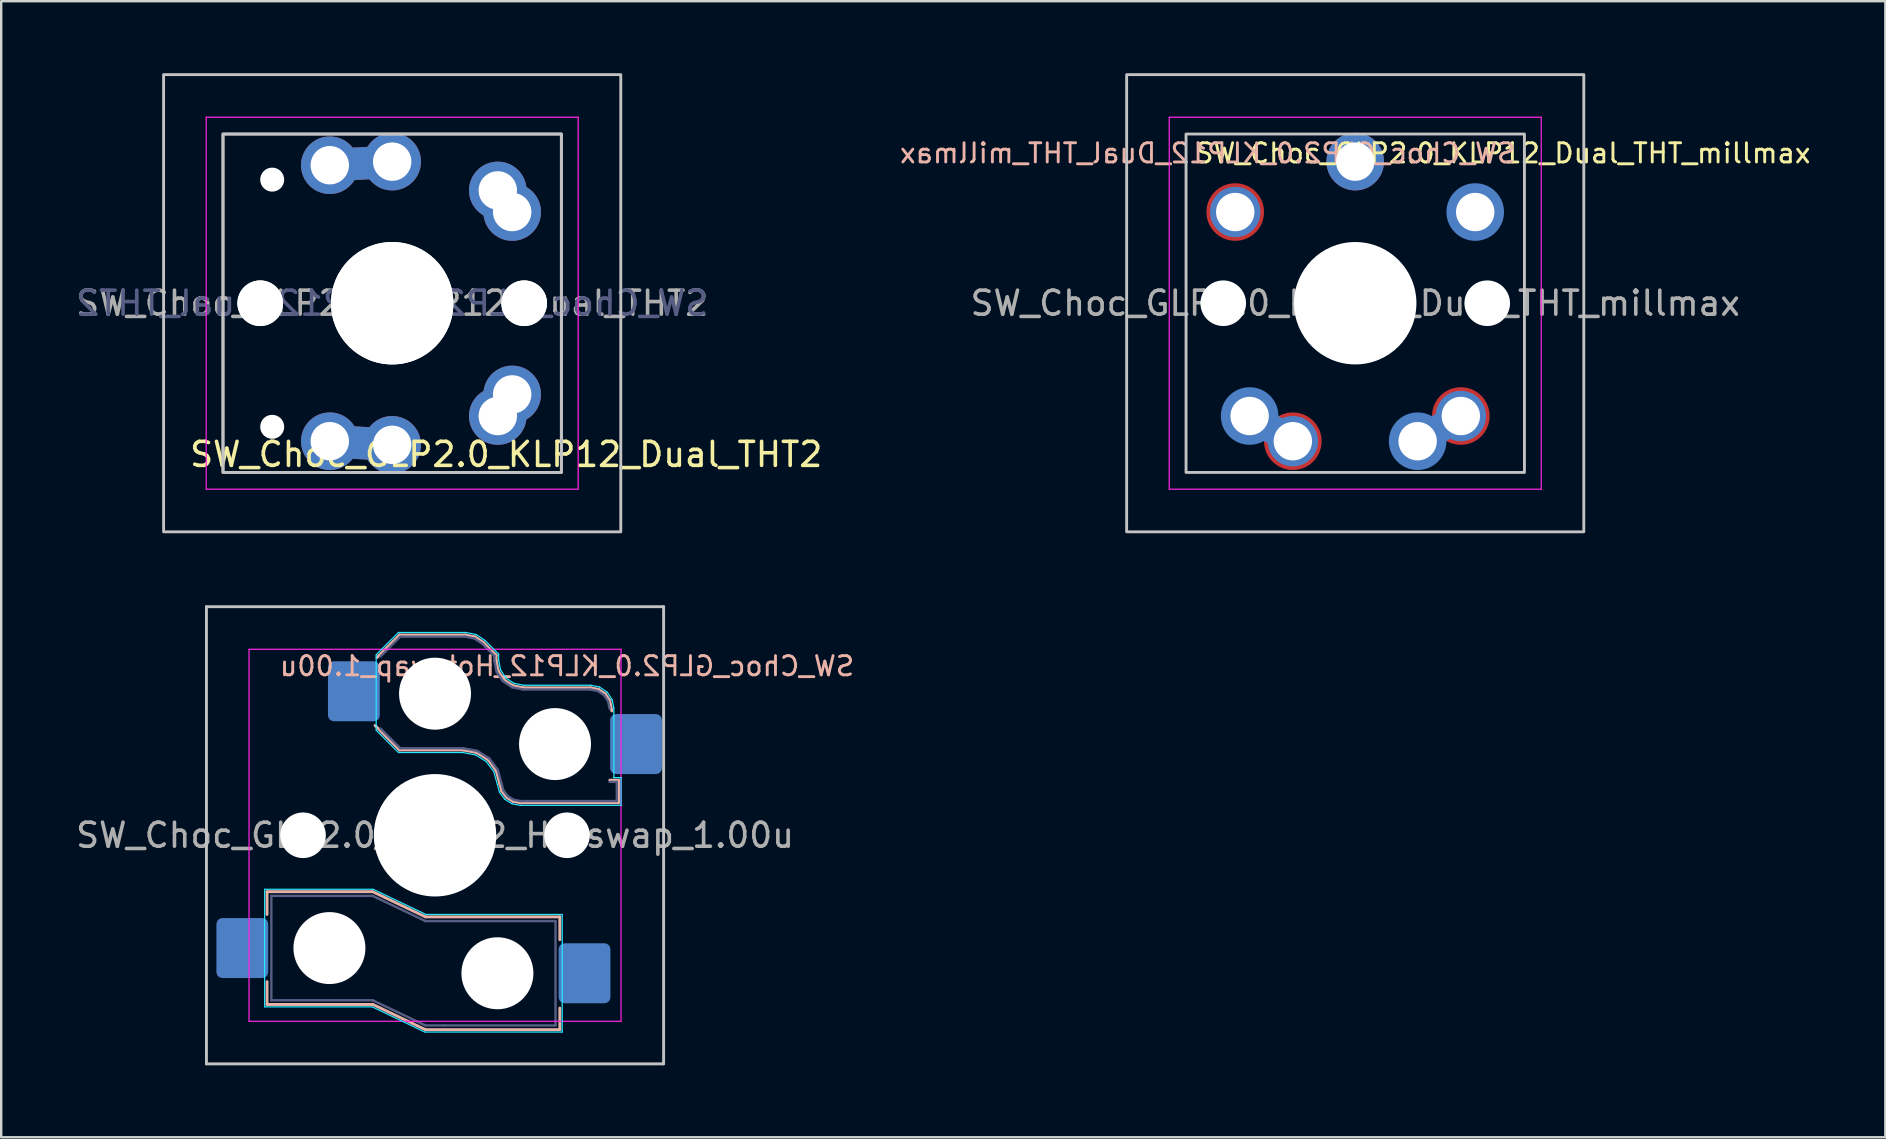
<source format=kicad_pcb>
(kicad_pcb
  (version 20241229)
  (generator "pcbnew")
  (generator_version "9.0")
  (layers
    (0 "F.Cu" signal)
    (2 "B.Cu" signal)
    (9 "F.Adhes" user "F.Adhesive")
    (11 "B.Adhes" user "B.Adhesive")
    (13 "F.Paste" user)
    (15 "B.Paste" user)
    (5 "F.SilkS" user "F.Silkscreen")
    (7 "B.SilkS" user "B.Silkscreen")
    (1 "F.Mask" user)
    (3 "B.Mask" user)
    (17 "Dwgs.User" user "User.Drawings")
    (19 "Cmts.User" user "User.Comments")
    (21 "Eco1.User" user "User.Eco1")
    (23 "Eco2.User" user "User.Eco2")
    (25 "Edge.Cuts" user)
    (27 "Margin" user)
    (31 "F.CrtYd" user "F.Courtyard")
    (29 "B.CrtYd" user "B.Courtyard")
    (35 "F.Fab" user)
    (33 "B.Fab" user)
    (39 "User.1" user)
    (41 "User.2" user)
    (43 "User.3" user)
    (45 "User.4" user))
  (footprint "SW_Choc_GLP2.0_KLP12_Dual_THT_millmax"
    (layer "F.Cu")
    (at 53.421 9.585)
    (property "Reference" "SW_Choc_GLP2.0_KLP12_Dual_THT_millmax" (at -6.75 -6.25 180) (layer "F.SilkS") (effects (font (size 0.8 0.8) (thickness 0.12)) (justify left)))
    (property "Reference2" "${REFERENCE}" (at 6.75 -6.25 180) (layer "B.SilkS") (effects (font (size 0.8 0.8) (thickness 0.12)) (justify left mirror)))
    (attr through_hole)
    (fp_rect (start -9.525 -9.525) (end 9.525 9.525) (stroke (width 0.12) (type default)) (fill no) (layer "Dwgs.User"))
    (fp_rect (start -7.05 -7.05) (end 7.05 7.05) (stroke (width 0.12) (type solid)) (fill no) (layer "Dwgs.User"))
    (fp_line (start -7.75 -7.75) (end -7.75 7.75) (stroke (width 0.05) (type solid)) (layer "F.CrtYd"))
    (fp_line (start -7.75 7.75) (end 7.75 7.75) (stroke (width 0.05) (type solid)) (layer "F.CrtYd"))
    (fp_line (start 7.75 -7.75) (end -7.75 -7.75) (stroke (width 0.05) (type solid)) (layer "F.CrtYd"))
    (fp_line (start 7.75 7.75) (end 7.75 -7.75) (stroke (width 0.05) (type solid)) (layer "F.CrtYd"))
    (fp_text user "${REFERENCE}" (at 0 0 180) (layer "F.Fab") (effects (font (size 1 1) (thickness 0.15))))
    (pad "" np_thru_hole circle (at -5.5 0 180) (size 1.9 1.9) (drill 1.9) (layers "*.Cu" "*.Mask"))
    (pad "" np_thru_hole circle (at 0 0) (size 5.1 5.1) (drill 5.1) (layers "*.Cu" "*.Mask"))
    (pad "" np_thru_hole circle (at 5.5 0 180) (size 1.9 1.9) (drill 1.9) (layers "*.Cu" "*.Mask"))
    (pad "1" thru_hole circle (at -5 -3.8) (size 2.1 2.1) (drill 1.6) (layers "*.Cu" "F.Mask"))
    (pad "1" smd circle (at -5 -3.8) (size 2.4 2.4) (layers "F.Cu" "F.Mask"))
    (pad "1" thru_hole circle (at 2.6 5.75) (size 2.1 2.1) (drill 1.6) (layers "*.Cu" "B.Mask"))
    (pad "1" smd circle (at 2.6 5.75) (size 2.4 2.4) (layers "B.Cu" "B.Mask"))
    (pad "1" thru_hole circle (at 4.4 4.7) (size 2.1 2.1) (drill 1.6) (layers "*.Cu" "F.Mask"))
    (pad "1" smd circle (at 4.4 4.7) (size 2.4 2.4) (layers "F.Cu" "F.Mask"))
    (pad "1" thru_hole circle (at 5 -3.8) (size 2.1 2.1) (drill 1.6) (layers "*.Cu" "B.Mask"))
    (pad "1" smd circle (at 5 -3.8) (size 2.4 2.4) (layers "B.Cu" "B.Mask"))
    (pad "2" thru_hole circle (at -4.4 4.7) (size 2.1 2.1) (drill 1.6) (layers "*.Cu" "B.Mask"))
    (pad "2" smd circle (at -4.4 4.7) (size 2.4 2.4) (layers "B.Cu" "B.Mask"))
    (pad "2" smd rect (at -3.5 5.225 149.7) (size 2.084 1.2) (layers "F.Cu"))
    (pad "2" smd rect (at -3.5 5.225 149.7) (size 2.084 1.2) (layers "B.Cu"))
    (pad "2" thru_hole circle (at -2.6 5.75) (size 2.1 2.1) (drill 1.6) (layers "*.Cu" "F.Mask"))
    (pad "2" smd circle (at -2.6 5.75) (size 2.4 2.4) (layers "F.Cu" "F.Mask"))
    (pad "2" thru_hole circle (at 0 -5.9) (size 2.4 2.4) (drill 1.6) (layers "*.Cu" "*.Mask"))
    (pad "2" smd rect (at 3.5 5.225 210.3) (size 2.084 1.2) (layers "F.Cu"))
    (pad "2" smd rect (at 3.5 5.225 210.3) (size 2.084 1.2) (layers "B.Cu")))
  (footprint "SW_Choc_GLP2.0_KLP12_Dual_THT2"
    (layer "F.Cu")
    (at 13.292 9.585)
    (property "Reference" "SW_Choc_GLP2.0_KLP12_Dual_THT2" (at 4.75 6.3 0) (layer "F.SilkS") (effects (font (size 1 1) (thickness 0.15))))
    (attr through_hole)
    (fp_rect (start -9.525 -9.525) (end 9.525 9.525) (stroke (width 0.12) (type default)) (fill no) (layer "Dwgs.User"))
    (fp_rect (start -7.05 -7.05) (end 7.05 7.05) (stroke (width 0.12) (type solid)) (fill no) (layer "Dwgs.User"))
    (fp_rect (start -7.05 -7.05) (end 7.05 7.05) (stroke (width 0.12) (type solid)) (fill no) (layer "Dwgs.User"))
    (fp_line (start -7.75 -7.75) (end -7.75 7.75) (stroke (width 0.05) (type solid)) (layer "F.CrtYd"))
    (fp_line (start -7.75 7.75) (end 7.75 7.75) (stroke (width 0.05) (type solid)) (layer "F.CrtYd"))
    (fp_line (start 7.75 -7.75) (end -7.75 -7.75) (stroke (width 0.05) (type solid)) (layer "F.CrtYd"))
    (fp_line (start 7.75 7.75) (end 7.75 -7.75) (stroke (width 0.05) (type solid)) (layer "F.CrtYd"))
    (fp_text user "${REFERENCE}" (at 0 0 180) (layer "B.Fab") (effects (font (size 1 1) (thickness 0.15)) (justify mirror)))
    (fp_text user "${REFERENCE}" (at 0 0 0) (layer "F.Fab") (effects (font (size 1 1) (thickness 0.15))))
    (pad "" np_thru_hole circle (at -5.5 0) (size 1.9 1.9) (drill 1.9) (layers "*.Cu" "*.Mask"))
    (pad "" np_thru_hole circle (at -5.5 0 180) (size 1.9 1.9) (drill 1.9) (layers "*.Cu" "*.Mask"))
    (pad "" np_thru_hole circle (at -5 -5.15 180) (size 1 1) (drill 1) (layers "*.Cu" "*.Mask"))
    (pad "" np_thru_hole circle (at -5 5.15) (size 1 1) (drill 1) (layers "*.Cu" "*.Mask"))
    (pad "" np_thru_hole circle (at 0 0 180) (size 5.1 5.1) (drill 5.1) (layers "*.Cu" "*.Mask"))
    (pad "" np_thru_hole circle (at 0 0) (size 5.1 5.1) (drill 5.1) (layers "*.Cu" "*.Mask"))
    (pad "" np_thru_hole circle (at 5.5 0) (size 1.9 1.9) (drill 1.9) (layers "*.Cu" "*.Mask"))
    (pad "" np_thru_hole circle (at 5.5 0 180) (size 1.9 1.9) (drill 1.9) (layers "*.Cu" "*.Mask"))
    (pad "1" thru_hole circle (at 4.4 -4.7 180) (size 2.4 2.4) (drill 1.6) (layers "*.Cu" "B.Mask"))
    (pad "1" thru_hole circle (at 4.4 4.7) (size 2.4 2.4) (drill 1.6) (layers "*.Cu" "F.Mask"))
    (pad "1" thru_hole circle (at 5 -3.8) (size 2.4 2.4) (drill 1.6) (layers "*.Cu" "B.Mask"))
    (pad "1" thru_hole circle (at 5 3.8 180) (size 2.4 2.4) (drill 1.6) (layers "*.Cu" "F.Mask"))
    (pad "2" thru_hole circle (at -2.6 -5.75 180) (size 2.4 2.4) (drill 1.6) (layers "*.Cu" "B.Mask"))
    (pad "2" thru_hole circle (at -2.6 5.75) (size 2.4 2.4) (drill 1.6) (layers "*.Cu" "F.Mask"))
    (pad "2" smd custom (at -1.3 -5.825 3.3) (size 3 1.353) (layers "F.Cu") (options (anchor rect)) (primitives))
    (pad "2" smd custom (at -1.3 -5.825 3.3) (size 3 1.353) (layers "B.Cu") (options (anchor rect)) (primitives))
    (pad "2" smd custom (at -1.3 5.825 176.7) (size 3 1.353) (layers "F.Cu") (options (anchor rect)) (primitives))
    (pad "2" smd custom (at -1.3 5.825 176.7) (size 3 1.353) (layers "B.Cu") (options (anchor rect)) (primitives))
    (pad "2" thru_hole circle (at 0 -5.9) (size 2.4 2.4) (drill 1.6) (layers "*.Cu" "B.Mask"))
    (pad "2" thru_hole circle (at 0 5.9 180) (size 2.4 2.4) (drill 1.6) (layers "*.Cu" "F.Mask")))
  (footprint "SW_Choc_GLP2.0_KLP12_Hotswap_1.00u"
    (layer "F.Cu")
    (at 15.077 31.755)
    (property "Reference" "SW_Choc_GLP2.0_KLP12_Hotswap_1.00u" (at 5.5 -7.05 180) (layer "B.SilkS") (effects (font (size 0.8 0.8) (thickness 0.12)) (justify mirror)))
    (attr smd)
    (fp_line (start -7 2.35) (end -7 3.3) (stroke (width 0.12) (type solid)) (layer "B.SilkS"))
    (fp_line (start -7 2.35) (end -2.6 2.35) (stroke (width 0.12) (type solid)) (layer "B.SilkS"))
    (fp_line (start -7 7.05) (end -7 6.1) (stroke (width 0.12) (type solid)) (layer "B.SilkS"))
    (fp_line (start -7 7.05) (end -2.59 7.05) (stroke (width 0.12) (type solid)) (layer "B.SilkS"))
    (fp_line (start -2.6 2.35) (end -0.4 3.4) (stroke (width 0.12) (type solid)) (layer "B.SilkS"))
    (fp_line (start -2.59 7.05) (end -0.4 8.1) (stroke (width 0.12) (type solid)) (layer "B.SilkS"))
    (fp_line (start -2.416 -7.409) (end -1.479 -8.346) (stroke (width 0.12) (type solid)) (layer "B.SilkS"))
    (fp_line (start -1.479 -8.346) (end 1.268 -8.346) (stroke (width 0.12) (type solid)) (layer "B.SilkS"))
    (fp_line (start -1.479 -3.554) (end -2.5 -4.575) (stroke (width 0.12) (type solid)) (layer "B.SilkS"))
    (fp_line (start 1.168 -3.554) (end -1.479 -3.554) (stroke (width 0.12) (type solid)) (layer "B.SilkS"))
    (fp_line (start 1.268 -8.346) (end 1.671 -8.266) (stroke (width 0.12) (type solid)) (layer "B.SilkS"))
    (fp_line (start 1.671 -8.266) (end 2.013 -8.037) (stroke (width 0.12) (type solid)) (layer "B.SilkS"))
    (fp_line (start 1.73 -3.449) (end 1.168 -3.554) (stroke (width 0.12) (type solid)) (layer "B.SilkS"))
    (fp_line (start 2.013 -8.037) (end 2.546 -7.504) (stroke (width 0.12) (type solid)) (layer "B.SilkS"))
    (fp_line (start 2.209 -3.15) (end 1.73 -3.449) (stroke (width 0.12) (type solid)) (layer "B.SilkS"))
    (fp_line (start 2.546 -7.504) (end 2.546 -7.282) (stroke (width 0.12) (type solid)) (layer "B.SilkS"))
    (fp_line (start 2.546 -7.282) (end 2.633 -6.844) (stroke (width 0.12) (type solid)) (layer "B.SilkS"))
    (fp_line (start 2.547 -2.697) (end 2.209 -3.15) (stroke (width 0.12) (type solid)) (layer "B.SilkS"))
    (fp_line (start 2.633 -6.844) (end 2.877 -6.477) (stroke (width 0.12) (type solid)) (layer "B.SilkS"))
    (fp_line (start 2.701 -2.139) (end 2.547 -2.697) (stroke (width 0.12) (type solid)) (layer "B.SilkS"))
    (fp_line (start 2.783 -1.841) (end 2.701 -2.139) (stroke (width 0.12) (type solid)) (layer "B.SilkS"))
    (fp_line (start 2.877 -6.477) (end 3.244 -6.233) (stroke (width 0.12) (type solid)) (layer "B.SilkS"))
    (fp_line (start 2.976 -1.583) (end 2.783 -1.841) (stroke (width 0.12) (type solid)) (layer "B.SilkS"))
    (fp_line (start 3.244 -6.233) (end 3.682 -6.146) (stroke (width 0.12) (type solid)) (layer "B.SilkS"))
    (fp_line (start 3.25 -1.413) (end 2.976 -1.583) (stroke (width 0.12) (type solid)) (layer "B.SilkS"))
    (fp_line (start 3.56 -1.354) (end 3.25 -1.413) (stroke (width 0.12) (type solid)) (layer "B.SilkS"))
    (fp_line (start 3.682 -6.146) (end 6.482 -6.146) (stroke (width 0.12) (type solid)) (layer "B.SilkS"))
    (fp_line (start 5.2 3.4) (end -0.4 3.4) (stroke (width 0.12) (type solid)) (layer "B.SilkS"))
    (fp_line (start 5.2 3.4) (end 5.2 4.35) (stroke (width 0.12) (type solid)) (layer "B.SilkS"))
    (fp_line (start 5.2 8.1) (end -0.4 8.1) (stroke (width 0.12) (type solid)) (layer "B.SilkS"))
    (fp_line (start 5.2 8.1) (end 5.2 7.2) (stroke (width 0.12) (type solid)) (layer "B.SilkS"))
    (fp_line (start 6.482 -6.146) (end 6.809 -6.081) (stroke (width 0.12) (type solid)) (layer "B.SilkS"))
    (fp_line (start 6.809 -6.081) (end 7.092 -5.892) (stroke (width 0.12) (type solid)) (layer "B.SilkS"))
    (fp_line (start 7.092 -5.892) (end 7.281 -5.609) (stroke (width 0.12) (type solid)) (layer "B.SilkS"))
    (fp_line (start 7.281 -5.609) (end 7.366 -5.182) (stroke (width 0.12) (type solid)) (layer "B.SilkS"))
    (fp_line (start 7.283 -2.296) (end 7.646 -2.296) (stroke (width 0.12) (type solid)) (layer "B.SilkS"))
    (fp_line (start 7.646 -2.296) (end 7.646 -1.354) (stroke (width 0.12) (type solid)) (layer "B.SilkS"))
    (fp_line (start 7.646 -1.354) (end 3.56 -1.354) (stroke (width 0.12) (type solid)) (layer "B.SilkS"))
    (fp_line (start -9.525 -9.525) (end -9.525 9.525) (stroke (width 0.12) (type default)) (layer "Dwgs.User"))
    (fp_line (start -9.525 -9.525) (end 9.525 -9.525) (stroke (width 0.12) (type default)) (layer "Dwgs.User"))
    (fp_line (start 9.525 -9.525) (end 9.525 9.525) (stroke (width 0.12) (type default)) (layer "Dwgs.User"))
    (fp_line (start 9.525 9.525) (end -9.525 9.525) (stroke (width 0.12) (type default)) (layer "Dwgs.User"))
    (fp_line (start -7.1 2.25) (end -7.1 7.15) (stroke (width 0.05) (type solid)) (layer "B.CrtYd"))
    (fp_line (start -7.1 2.25) (end -2.58 2.25) (stroke (width 0.05) (type solid)) (layer "B.CrtYd"))
    (fp_line (start -7.1 7.15) (end -2.615 7.15) (stroke (width 0.05) (type solid)) (layer "B.CrtYd"))
    (fp_line (start -2.615 7.15) (end -0.425 8.2) (stroke (width 0.05) (type solid)) (layer "B.CrtYd"))
    (fp_line (start -2.58 2.25) (end -0.38 3.3) (stroke (width 0.05) (type solid)) (layer "B.CrtYd"))
    (fp_line (start -2.452 -7.523) (end -1.523 -8.452) (stroke (width 0.05) (type solid)) (layer "B.CrtYd"))
    (fp_line (start -2.452 -4.377) (end -2.452 -7.523) (stroke (width 0.05) (type solid)) (layer "B.CrtYd"))
    (fp_line (start -1.523 -8.452) (end 1.278 -8.452) (stroke (width 0.05) (type solid)) (layer "B.CrtYd"))
    (fp_line (start -1.523 -3.448) (end -2.452 -4.377) (stroke (width 0.05) (type solid)) (layer "B.CrtYd"))
    (fp_line (start 1.159 -3.448) (end -1.523 -3.448) (stroke (width 0.05) (type solid)) (layer "B.CrtYd"))
    (fp_line (start 1.278 -8.452) (end 1.712 -8.366) (stroke (width 0.05) (type solid)) (layer "B.CrtYd"))
    (fp_line (start 1.691 -3.348) (end 1.159 -3.448) (stroke (width 0.05) (type solid)) (layer "B.CrtYd"))
    (fp_line (start 1.712 -8.366) (end 2.081 -8.119) (stroke (width 0.05) (type solid)) (layer "B.CrtYd"))
    (fp_line (start 2.081 -8.119) (end 2.652 -7.548) (stroke (width 0.05) (type solid)) (layer "B.CrtYd"))
    (fp_line (start 2.136 -3.071) (end 1.691 -3.348) (stroke (width 0.05) (type solid)) (layer "B.CrtYd"))
    (fp_line (start 2.45 -2.65) (end 2.136 -3.071) (stroke (width 0.05) (type solid)) (layer "B.CrtYd"))
    (fp_line (start 2.599 -2.111) (end 2.45 -2.65) (stroke (width 0.05) (type solid)) (layer "B.CrtYd"))
    (fp_line (start 2.652 -7.548) (end 2.652 -7.292) (stroke (width 0.05) (type solid)) (layer "B.CrtYd"))
    (fp_line (start 2.652 -7.292) (end 2.733 -6.885) (stroke (width 0.05) (type solid)) (layer "B.CrtYd"))
    (fp_line (start 2.687 -1.794) (end 2.599 -2.111) (stroke (width 0.05) (type solid)) (layer "B.CrtYd"))
    (fp_line (start 2.733 -6.885) (end 2.953 -6.553) (stroke (width 0.05) (type solid)) (layer "B.CrtYd"))
    (fp_line (start 2.903 -1.503) (end 2.687 -1.794) (stroke (width 0.05) (type solid)) (layer "B.CrtYd"))
    (fp_line (start 2.953 -6.553) (end 3.285 -6.333) (stroke (width 0.05) (type solid)) (layer "B.CrtYd"))
    (fp_line (start 3.211 -1.312) (end 2.903 -1.503) (stroke (width 0.05) (type solid)) (layer "B.CrtYd"))
    (fp_line (start 3.285 -6.333) (end 3.692 -6.252) (stroke (width 0.05) (type solid)) (layer "B.CrtYd"))
    (fp_line (start 3.55 -1.248) (end 3.211 -1.312) (stroke (width 0.05) (type solid)) (layer "B.CrtYd"))
    (fp_line (start 3.692 -6.252) (end 6.492 -6.252) (stroke (width 0.05) (type solid)) (layer "B.CrtYd"))
    (fp_line (start 5.3 3.3) (end -0.38 3.3) (stroke (width 0.05) (type solid)) (layer "B.CrtYd"))
    (fp_line (start 5.3 3.3) (end 5.3 8.2) (stroke (width 0.05) (type solid)) (layer "B.CrtYd"))
    (fp_line (start 5.3 8.2) (end -0.425 8.2) (stroke (width 0.05) (type solid)) (layer "B.CrtYd"))
    (fp_line (start 6.492 -6.252) (end 6.85 -6.181) (stroke (width 0.05) (type solid)) (layer "B.CrtYd"))
    (fp_line (start 6.85 -6.181) (end 7.168 -5.968) (stroke (width 0.05) (type solid)) (layer "B.CrtYd"))
    (fp_line (start 7.168 -5.968) (end 7.381 -5.65) (stroke (width 0.05) (type solid)) (layer "B.CrtYd"))
    (fp_line (start 7.381 -5.65) (end 7.452 -5.292) (stroke (width 0.05) (type solid)) (layer "B.CrtYd"))
    (fp_line (start 7.452 -5.292) (end 7.452 -2.402) (stroke (width 0.05) (type solid)) (layer "B.CrtYd"))
    (fp_line (start 7.452 -2.402) (end 7.752 -2.402) (stroke (width 0.05) (type solid)) (layer "B.CrtYd"))
    (fp_line (start 7.752 -2.402) (end 7.752 -1.248) (stroke (width 0.05) (type solid)) (layer "B.CrtYd"))
    (fp_line (start 7.752 -1.248) (end 3.55 -1.248) (stroke (width 0.05) (type solid)) (layer "B.CrtYd"))
    (fp_line (start -7.75 7.75) (end -7.75 -7.75) (stroke (width 0.05) (type solid)) (layer "F.CrtYd"))
    (fp_line (start 7.75 -7.75) (end -7.75 -7.75) (stroke (width 0.05) (type solid)) (layer "F.CrtYd"))
    (fp_line (start 7.75 -7.75) (end 7.75 7.75) (stroke (width 0.05) (type solid)) (layer "F.CrtYd"))
    (fp_line (start 7.75 7.75) (end -7.75 7.75) (stroke (width 0.05) (type solid)) (layer "F.CrtYd"))
    (fp_line (start -6.82 2.525) (end -6.82 6.875) (stroke (width 0.1) (type solid)) (layer "B.Fab"))
    (fp_line (start -6.82 2.525) (end -2.6 2.525) (stroke (width 0.1) (type solid)) (layer "B.Fab"))
    (fp_line (start -6.82 6.875) (end -2.6 6.875) (stroke (width 0.1) (type solid)) (layer "B.Fab"))
    (fp_line (start -2.6 2.525) (end -0.4 3.575) (stroke (width 0.1) (type solid)) (layer "B.Fab"))
    (fp_line (start -2.6 6.875) (end -0.4 7.925) (stroke (width 0.1) (type solid)) (layer "B.Fab"))
    (fp_line (start -2.275 -7.45) (end -1.45 -8.275) (stroke (width 0.1) (type solid)) (layer "B.Fab"))
    (fp_line (start -1.45 -8.275) (end 1.261 -8.275) (stroke (width 0.1) (type solid)) (layer "B.Fab"))
    (fp_line (start -1.45 -3.625) (end -2.275 -4.45) (stroke (width 0.1) (type solid)) (layer "B.Fab"))
    (fp_line (start 0.4 7.925) (end -0.4 7.925) (stroke (width 0.1) (type solid)) (layer "B.Fab"))
    (fp_line (start 1.175 -3.625) (end -1.45 -3.625) (stroke (width 0.1) (type solid)) (layer "B.Fab"))
    (fp_line (start 1.261 -8.275) (end 1.643 -8.199) (stroke (width 0.1) (type solid)) (layer "B.Fab"))
    (fp_line (start 1.643 -8.199) (end 1.968 -7.982) (stroke (width 0.1) (type solid)) (layer "B.Fab"))
    (fp_line (start 1.756 -3.516) (end 1.175 -3.625) (stroke (width 0.1) (type solid)) (layer "B.Fab"))
    (fp_line (start 1.968 -7.982) (end 2.475 -7.475) (stroke (width 0.1) (type solid)) (layer "B.Fab"))
    (fp_line (start 2.258 -3.203) (end 1.756 -3.516) (stroke (width 0.1) (type solid)) (layer "B.Fab"))
    (fp_line (start 2.475 -7.475) (end 2.475 -7.275) (stroke (width 0.1) (type solid)) (layer "B.Fab"))
    (fp_line (start 2.475 -7.275) (end 2.566 -6.816) (stroke (width 0.1) (type solid)) (layer "B.Fab"))
    (fp_line (start 2.566 -6.816) (end 2.826 -6.426) (stroke (width 0.1) (type solid)) (layer "B.Fab"))
    (fp_line (start 2.612 -2.729) (end 2.258 -3.203) (stroke (width 0.1) (type solid)) (layer "B.Fab"))
    (fp_line (start 2.769 -2.158) (end 2.612 -2.729) (stroke (width 0.1) (type solid)) (layer "B.Fab"))
    (fp_line (start 2.826 -6.426) (end 3.216 -6.166) (stroke (width 0.1) (type solid)) (layer "B.Fab"))
    (fp_line (start 2.848 -1.873) (end 2.769 -2.158) (stroke (width 0.1) (type solid)) (layer "B.Fab"))
    (fp_line (start 3.025 -1.636) (end 2.848 -1.873) (stroke (width 0.1) (type solid)) (layer "B.Fab"))
    (fp_line (start 3.216 -6.166) (end 3.675 -6.075) (stroke (width 0.1) (type solid)) (layer "B.Fab"))
    (fp_line (start 3.276 -1.48) (end 3.025 -1.636) (stroke (width 0.1) (type solid)) (layer "B.Fab"))
    (fp_line (start 3.567 -1.425) (end 3.276 -1.48) (stroke (width 0.1) (type solid)) (layer "B.Fab"))
    (fp_line (start 3.675 -6.075) (end 6.475 -6.075) (stroke (width 0.1) (type solid)) (layer "B.Fab"))
    (fp_line (start 5.02 3.575) (end -0.4 3.575) (stroke (width 0.1) (type solid)) (layer "B.Fab"))
    (fp_line (start 5.02 3.575) (end 5.02 7.925) (stroke (width 0.1) (type solid)) (layer "B.Fab"))
    (fp_line (start 5.02 7.925) (end 0.4 7.925) (stroke (width 0.1) (type solid)) (layer "B.Fab"))
    (fp_line (start 6.475 -6.075) (end 6.781 -6.014) (stroke (width 0.1) (type solid)) (layer "B.Fab"))
    (fp_line (start 6.781 -6.014) (end 7.041 -5.841) (stroke (width 0.1) (type solid)) (layer "B.Fab"))
    (fp_line (start 7.041 -5.841) (end 7.214 -5.581) (stroke (width 0.1) (type solid)) (layer "B.Fab"))
    (fp_line (start 7.214 -5.581) (end 7.275 -5.275) (stroke (width 0.1) (type solid)) (layer "B.Fab"))
    (fp_line (start 7.275 -2.225) (end 7.575 -2.225) (stroke (width 0.1) (type solid)) (layer "B.Fab"))
    (fp_line (start 7.575 -2.225) (end 7.575 -1.425) (stroke (width 0.1) (type solid)) (layer "B.Fab"))
    (fp_line (start 7.575 -1.425) (end 3.567 -1.425) (stroke (width 0.1) (type solid)) (layer "B.Fab"))
    (fp_rect (start -7.05 -7.05) (end 7.05 7.05) (stroke (width 0.12) (type default)) (fill no) (layer "User.1"))
    (fp_text user "${REFERENCE}" (at 0 0 0) (layer "F.Fab") (effects (font (size 1 1) (thickness 0.15))))
    (pad "" np_thru_hole circle (at -5.5 0) (size 1.9 1.9) (drill 1.9) (layers "*.Cu" "*.Mask"))
    (pad "" np_thru_hole circle (at -4.4 4.7) (size 3 3) (drill 3) (layers "*.Cu" "*.Mask"))
    (pad "" np_thru_hole circle (at 0 -5.9) (size 3 3) (drill 3) (layers "*.Cu" "*.Mask"))
    (pad "" np_thru_hole circle (at 0 0) (size 5.1 5.1) (drill 5.1) (layers "*.Cu" "*.Mask"))
    (pad "" np_thru_hole circle (at 2.6 5.75) (size 3 3) (drill 3) (layers "*.Cu" "*.Mask"))
    (pad "" np_thru_hole circle (at 5 -3.8) (size 3 3) (drill 3) (layers "*.Cu" "*.Mask"))
    (pad "" np_thru_hole circle (at 5.5 0) (size 1.9 1.9) (drill 1.9) (layers "*.Cu" "*.Mask"))
    (pad "1" smd roundrect (at 6.229 5.75) (size 2.159 2.5) (layers "B.Cu" "B.Mask" "B.Paste") (roundrect_rratio 0.116))
    (pad "1" smd roundrect (at 8.376 -3.8) (size 2.159 2.5) (layers "B.Cu" "B.Mask" "B.Paste") (roundrect_rratio 0.116))
    (pad "2" smd roundrect (at -8.03 4.7) (size 2.159 2.5) (layers "B.Cu" "B.Mask" "B.Paste") (roundrect_rratio 0.116))
    (pad "2" smd roundrect (at -3.381 -6) (size 2.159 2.5) (layers "B.Cu" "B.Mask" "B.Paste") (roundrect_rratio 0.116)))
  (gr_rect
    (start -3 -3)
    (end 75.51 44.34)
    (stroke (width 0.1) (type default))
    (fill no)
    (layer "Edge.Cuts")))
</source>
